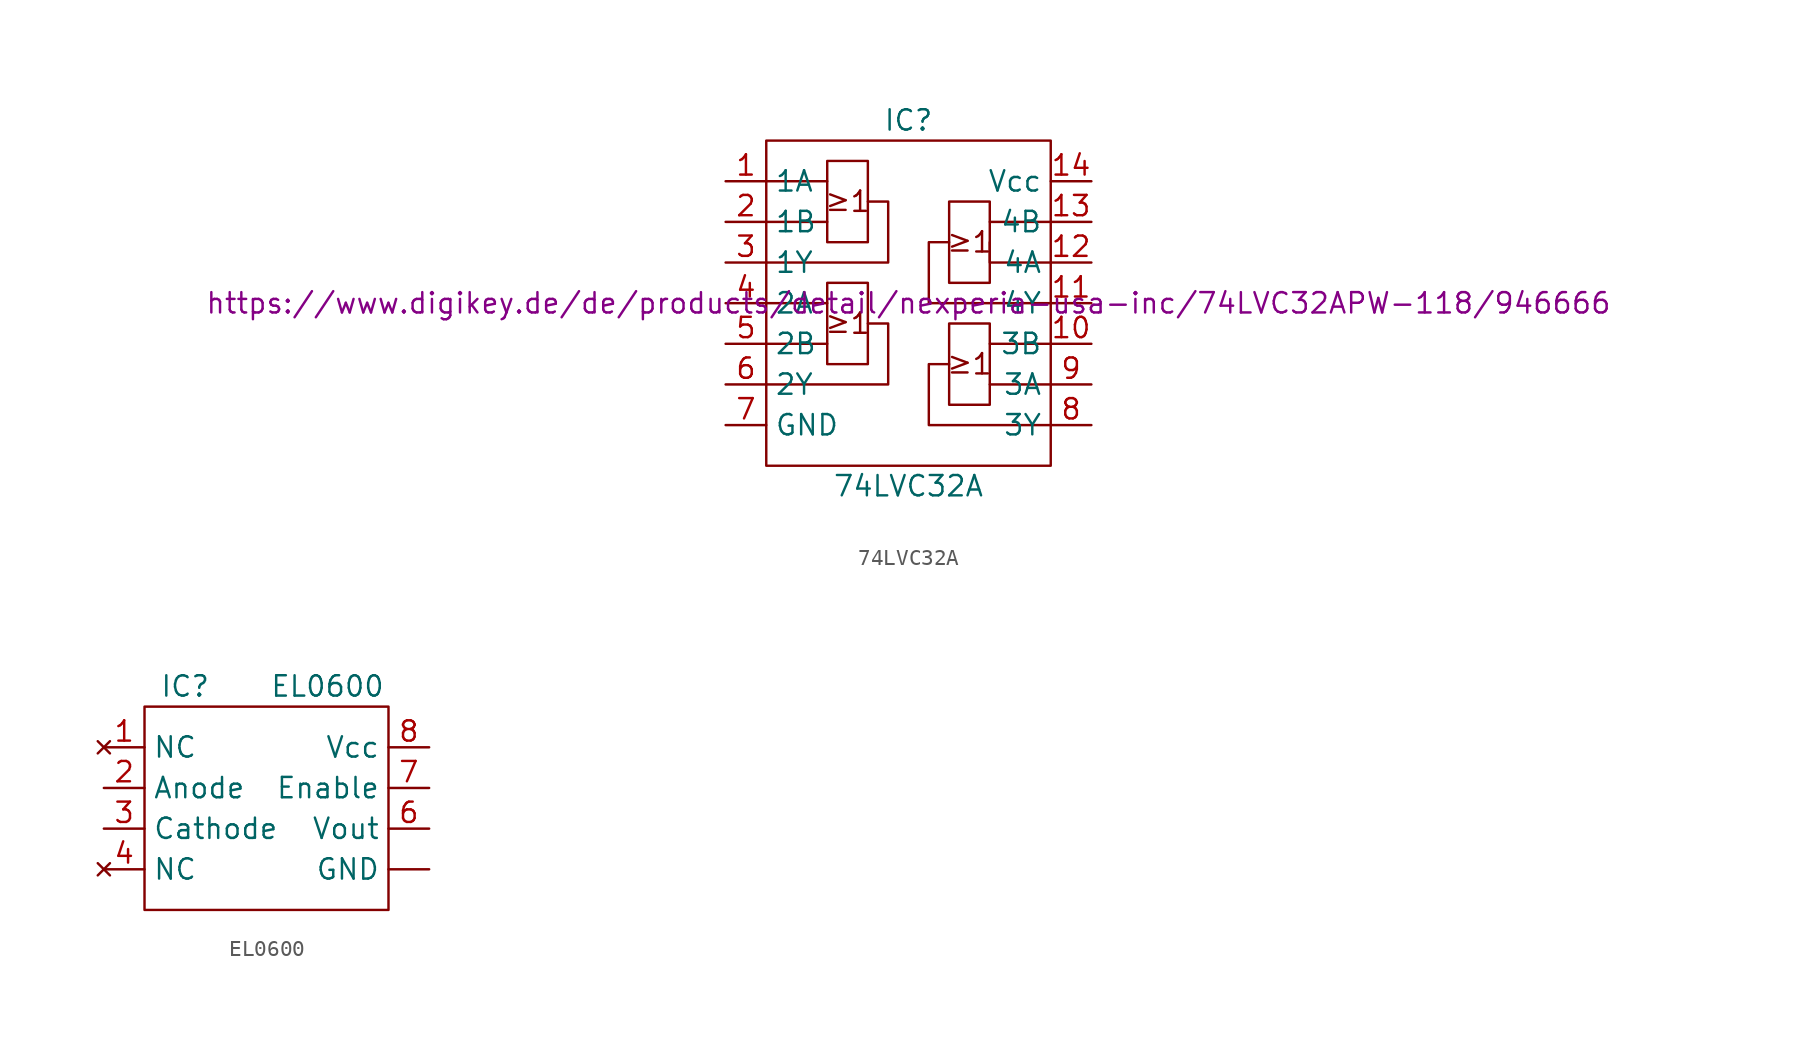
<source format=kicad_sym>
(kicad_symbol_lib
  (version 20211014)
  (generator kicad_symbol_editor)
  (symbol "74LVC32A"
    (property "Reference" "IC"
      (at 0 11.43 0)
      (effects (font (size 1.27 1.27))))
    (property "Value" "74LVC32A"
      (at 0 -11.43 0)
      (effects (font (size 1.27 1.27))))
    (property "Link" "https://www.digikey.de/de/products/detail/nexperia-usa-inc/74LVC32APW-118/946666"
      (at 0 0 0)
      (effects (font (size 1.27 1.27))))
    (symbol "74LVC32A_0_0"
      (polyline (pts (xy -8.89 -2.54) (xy -5.08 -2.54)) (stroke (width 0) (type default) (color 0 0 0 0)) (fill (type none)))
      (polyline (pts (xy -8.89 0) (xy -5.08 0)) (stroke (width 0) (type default) (color 0 0 0 0)) (fill (type none)))
      (polyline (pts (xy -8.89 5.08) (xy -5.08 5.08)) (stroke (width 0) (type default) (color 0 0 0 0)) (fill (type none)))
      (polyline (pts (xy -8.89 7.62) (xy -5.08 7.62)) (stroke (width 0) (type default) (color 0 0 0 0)) (fill (type none)))
      (polyline (pts (xy 8.89 -5.08) (xy 5.08 -5.08)) (stroke (width 0) (type default) (color 0 0 0 0)) (fill (type none)))
      (polyline (pts (xy 8.89 -2.54) (xy 5.08 -2.54)) (stroke (width 0) (type default) (color 0 0 0 0)) (fill (type none)))
      (polyline (pts (xy 8.89 5.08) (xy 5.08 5.08)) (stroke (width 0) (type default) (color 0 0 0 0)) (fill (type none)))
      (polyline (pts (xy 8.89 2.54) (xy 5.08 2.54) (xy 5.08 3.81)) (stroke (width 0) (type default) (color 0 0 0 0)) (fill (type none)))
      (polyline (pts (xy -8.89 -5.08) (xy -1.27 -5.08) (xy -1.27 -1.27) (xy -2.54 -1.27)) (stroke (width 0) (type default) (color 0 0 0 0)) (fill (type none)))
      (polyline (pts (xy 2.54 -3.81) (xy 1.27 -3.81) (xy 1.27 -7.62) (xy 8.89 -7.62)) (stroke (width 0) (type default) (color 0 0 0 0)) (fill (type none)))
      (polyline (pts (xy 2.54 3.81) (xy 1.27 3.81) (xy 1.27 0) (xy 8.89 0)) (stroke (width 0) (type default) (color 0 0 0 0)) (fill (type none)))
      (text "≥1" (at -3.81 -1.27 0) (effects (font (size 1.27 1.27))))
      (text "≥1" (at -3.81 6.35 0) (effects (font (size 1.27 1.27))))
      (text "≥1" (at 3.81 -3.81 0) (effects (font (size 1.27 1.27))))
      (text "≥1" (at 3.81 3.81 0) (effects (font (size 1.27 1.27)))))
    (symbol "74LVC32A_0_1"
      (rectangle (start -8.89 10.16) (end 8.89 -10.16) (stroke (width 0) (type default) (color 0 0 0 0)) (fill (type none)))
      (rectangle (start -5.08 1.27) (end -2.54 -3.81) (stroke (width 0) (type default) (color 0 0 0 0)) (fill (type none)))
      (rectangle (start -5.08 8.89) (end -2.54 3.81) (stroke (width 0) (type default) (color 0 0 0 0)) (fill (type none)))
      (polyline (pts (xy -8.89 2.54) (xy -1.27 2.54) (xy -1.27 6.35) (xy -2.54 6.35)) (stroke (width 0) (type default) (color 0 0 0 0)) (fill (type none)))
      (rectangle (start 2.54 -1.27) (end 5.08 -6.35) (stroke (width 0) (type default) (color 0 0 0 0)) (fill (type none)))
      (rectangle (start 2.54 6.35) (end 5.08 1.27) (stroke (width 0) (type default) (color 0 0 0 0)) (fill (type none))))
    (symbol "74LVC32A_1_1"
      (pin input line (at -11.43 7.62 0) (length 2.54) (name "1A" (effects (font (size 1.27 1.27)))) (number "1" (effects (font (size 1.27 1.27)))))
      (pin input line (at 11.43 -2.54 180) (length 2.54) (name "3B" (effects (font (size 1.27 1.27)))) (number "10" (effects (font (size 1.27 1.27)))))
      (pin output line (at 11.43 0 180) (length 2.54) (name "4Y" (effects (font (size 1.27 1.27)))) (number "11" (effects (font (size 1.27 1.27)))))
      (pin input line (at 11.43 2.54 180) (length 2.54) (name "4A" (effects (font (size 1.27 1.27)))) (number "12" (effects (font (size 1.27 1.27)))))
      (pin input line (at 11.43 5.08 180) (length 2.54) (name "4B" (effects (font (size 1.27 1.27)))) (number "13" (effects (font (size 1.27 1.27)))))
      (pin power_in line (at 11.43 7.62 180) (length 2.54) (name "Vcc" (effects (font (size 1.27 1.27)))) (number "14" (effects (font (size 1.27 1.27)))))
      (pin input line (at -11.43 5.08 0) (length 2.54) (name "1B" (effects (font (size 1.27 1.27)))) (number "2" (effects (font (size 1.27 1.27)))))
      (pin output line (at -11.43 2.54 0) (length 2.54) (name "1Y" (effects (font (size 1.27 1.27)))) (number "3" (effects (font (size 1.27 1.27)))))
      (pin input line (at -11.43 0 0) (length 2.54) (name "2A" (effects (font (size 1.27 1.27)))) (number "4" (effects (font (size 1.27 1.27)))))
      (pin input line (at -11.43 -2.54 0) (length 2.54) (name "2B" (effects (font (size 1.27 1.27)))) (number "5" (effects (font (size 1.27 1.27)))))
      (pin output line (at -11.43 -5.08 0) (length 2.54) (name "2Y" (effects (font (size 1.27 1.27)))) (number "6" (effects (font (size 1.27 1.27)))))
      (pin passive line (at -11.43 -7.62 0) (length 2.54) (name "GND" (effects (font (size 1.27 1.27)))) (number "7" (effects (font (size 1.27 1.27)))))
      (pin output line (at 11.43 -7.62 180) (length 2.54) (name "3Y" (effects (font (size 1.27 1.27)))) (number "8" (effects (font (size 1.27 1.27)))))
      (pin input line (at 11.43 -5.08 180) (length 2.54) (name "3A" (effects (font (size 1.27 1.27)))) (number "9" (effects (font (size 1.27 1.27)))))))
  (symbol "EL0600"
    (property "Reference" "IC"
      (at 2.54 1.27 0)
      (effects (font (size 1.27 1.27))))
    (property "Value" "EL0600"
      (at 11.43 1.27 0)
      (effects (font (size 1.27 1.27))))
    (symbol "EL0600_0_1"
      (rectangle (start 0 0) (end 15.24 -12.7) (stroke (width 0) (type default) (color 0 0 0 0)) (fill (type none))))
    (symbol "EL0600_1_1"
      (pin passive line (at 17.78 -10.16 180) (length 2.54) (name "GND" (effects (font (size 1.27 1.27)))) (number "" (effects (font (size 1.27 1.27)))))
      (pin no_connect line (at -2.54 -2.54 0) (length 2.54) (name "NC" (effects (font (size 1.27 1.27)))) (number "1" (effects (font (size 1.27 1.27)))))
      (pin passive line (at -2.54 -5.08 0) (length 2.54) (name "Anode" (effects (font (size 1.27 1.27)))) (number "2" (effects (font (size 1.27 1.27)))))
      (pin passive line (at -2.54 -7.62 0) (length 2.54) (name "Cathode" (effects (font (size 1.27 1.27)))) (number "3" (effects (font (size 1.27 1.27)))))
      (pin no_connect line (at -2.54 -10.16 0) (length 2.54) (name "NC" (effects (font (size 1.27 1.27)))) (number "4" (effects (font (size 1.27 1.27)))))
      (pin output line (at 17.78 -7.62 180) (length 2.54) (name "Vout" (effects (font (size 1.27 1.27)))) (number "6" (effects (font (size 1.27 1.27)))))
      (pin passive line (at 17.78 -5.08 180) (length 2.54) (name "Enable" (effects (font (size 1.27 1.27)))) (number "7" (effects (font (size 1.27 1.27)))))
      (pin power_in line (at 17.78 -2.54 180) (length 2.54) (name "Vcc" (effects (font (size 1.27 1.27)))) (number "8" (effects (font (size 1.27 1.27))))))))
</source>
